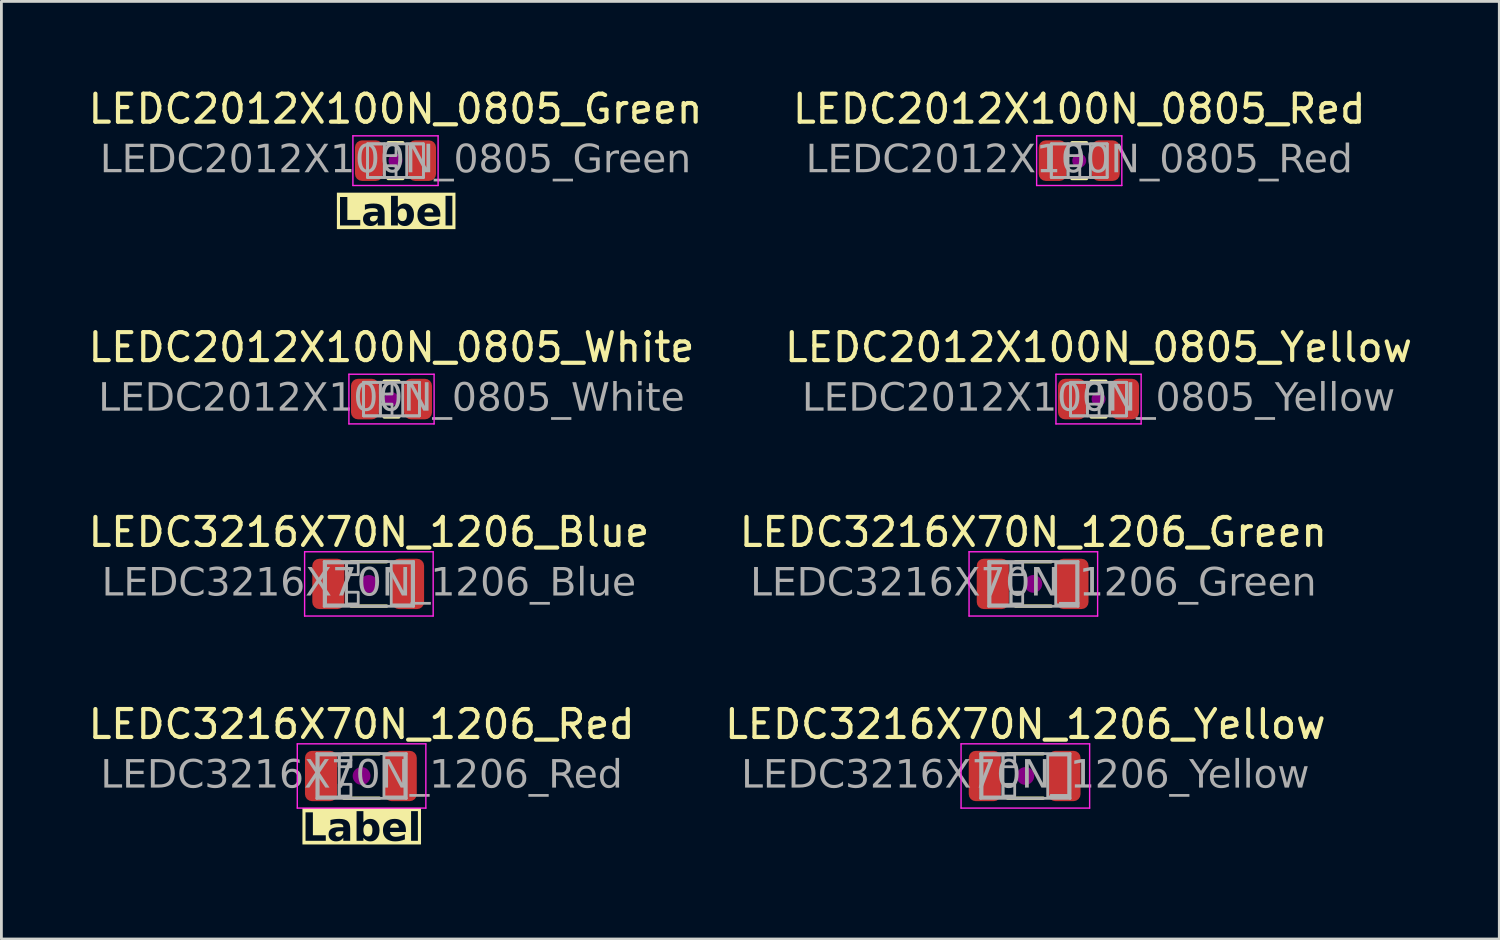
<source format=kicad_pcb>
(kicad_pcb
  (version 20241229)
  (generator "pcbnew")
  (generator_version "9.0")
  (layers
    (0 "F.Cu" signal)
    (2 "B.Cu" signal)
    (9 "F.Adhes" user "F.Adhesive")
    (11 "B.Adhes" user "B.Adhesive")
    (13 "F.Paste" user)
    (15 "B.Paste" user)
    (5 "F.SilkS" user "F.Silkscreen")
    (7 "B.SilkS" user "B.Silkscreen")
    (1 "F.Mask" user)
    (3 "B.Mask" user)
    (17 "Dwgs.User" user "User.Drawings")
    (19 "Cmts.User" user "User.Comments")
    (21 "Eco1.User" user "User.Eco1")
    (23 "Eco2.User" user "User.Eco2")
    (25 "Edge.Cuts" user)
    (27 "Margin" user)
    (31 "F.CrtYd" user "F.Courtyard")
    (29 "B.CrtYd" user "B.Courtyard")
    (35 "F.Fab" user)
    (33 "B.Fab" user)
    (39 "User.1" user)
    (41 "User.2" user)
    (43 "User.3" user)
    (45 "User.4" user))
  (footprint "LEDC2012X100N_0805_Green"
    (layer "F.Cu")
    (at 11.101 2.698)
    (property "Reference" "LEDC2012X100N_0805_Green" (at 0 -1.85 0) (layer "F.SilkS") (effects (font (size 1 1) (thickness 0.15))))
    (property "Label" "Label" (at 0.019 1.905 0) (layer "F.SilkS" knockout) (effects (font (face "Tahoma") (size 1 1) (thickness 0.2) (bold yes))))
    (attr smd)
    (fp_line (start -0.261 -0.64) (end 0.261 -0.64) (stroke (width 0.12) (type solid)) (layer "F.SilkS"))
    (fp_line (start -0.261 0.64) (end 0.261 0.64) (stroke (width 0.12) (type solid)) (layer "F.SilkS"))
    (fp_circle (center 0 0) (end 0.25 0) (stroke (width 0) (type solid)) (fill yes) (layer "F.Adhes"))
    (fp_line (start -1.524 -0.889) (end 1.524 -0.889) (stroke (width 0.05) (type solid)) (layer "F.CrtYd"))
    (fp_line (start -1.524 0.889) (end -1.524 -0.889) (stroke (width 0.05) (type solid)) (layer "F.CrtYd"))
    (fp_line (start 1.524 -0.889) (end 1.524 0.889) (stroke (width 0.05) (type solid)) (layer "F.CrtYd"))
    (fp_line (start 1.524 0.889) (end -1.524 0.889) (stroke (width 0.05) (type solid)) (layer "F.CrtYd"))
    (fp_line (start -1 -0.6) (end 1 -0.6) (stroke (width 0.1) (type solid)) (layer "F.Fab"))
    (fp_line (start -1 0.6) (end -1 -0.6) (stroke (width 0.1) (type solid)) (layer "F.Fab"))
    (fp_line (start 1 -0.6) (end 1 0.6) (stroke (width 0.1) (type solid)) (layer "F.Fab"))
    (fp_line (start 1 0.6) (end -1 0.6) (stroke (width 0.1) (type solid)) (layer "F.Fab"))
    (fp_rect (start -1 -0.6) (end -0.4 0.6) (stroke (width 0.1) (type solid)) (fill no) (layer "F.Fab"))
    (fp_rect (start -0.4 -0.6) (end 0.019 -0.181) (stroke (width 0.1) (type solid)) (fill no) (layer "F.Fab"))
    (fp_rect (start -0.4 0.181) (end 0.019 0.6) (stroke (width 0.1) (type solid)) (fill no) (layer "F.Fab"))
    (fp_rect (start 0.4 -0.6) (end 1 0.6) (stroke (width 0.1) (type solid)) (fill no) (layer "F.Fab"))
    (fp_text user "${REFERENCE}" (at 0 0 0) (layer "F.Fab") (effects (font (face "Tahoma") (size 1 1) (thickness 0.15))))
    (pad "A" smd roundrect (at 0.95 0) (size 1 1.45) (layers "F.Cu" "F.Mask" "F.Paste") (roundrect_rratio 0.25))
    (pad "C" smd roundrect (at -0.95 0) (size 1 1.45) (layers "F.Cu" "F.Mask" "F.Paste") (roundrect_rratio 0.25)))
  (footprint "LEDC2012X100N_0805_White"
    (layer "F.Cu")
    (at 10.958 11.229)
    (property "Reference" "LEDC2012X100N_0805_White" (at 0 -1.85 0) (layer "F.SilkS") (effects (font (size 1 1) (thickness 0.15))))
    (attr smd)
    (fp_line (start -0.261 -0.64) (end 0.261 -0.64) (stroke (width 0.12) (type solid)) (layer "F.SilkS"))
    (fp_line (start -0.261 0.64) (end 0.261 0.64) (stroke (width 0.12) (type solid)) (layer "F.SilkS"))
    (fp_circle (center 0 0) (end 0.25 0) (stroke (width 0) (type solid)) (fill yes) (layer "F.Adhes"))
    (fp_line (start -1.524 -0.889) (end 1.524 -0.889) (stroke (width 0.05) (type solid)) (layer "F.CrtYd"))
    (fp_line (start -1.524 0.889) (end -1.524 -0.889) (stroke (width 0.05) (type solid)) (layer "F.CrtYd"))
    (fp_line (start 1.524 -0.889) (end 1.524 0.889) (stroke (width 0.05) (type solid)) (layer "F.CrtYd"))
    (fp_line (start 1.524 0.889) (end -1.524 0.889) (stroke (width 0.05) (type solid)) (layer "F.CrtYd"))
    (fp_line (start -1 -0.6) (end 1 -0.6) (stroke (width 0.1) (type solid)) (layer "F.Fab"))
    (fp_line (start -1 0.6) (end -1 -0.6) (stroke (width 0.1) (type solid)) (layer "F.Fab"))
    (fp_line (start 1 -0.6) (end 1 0.6) (stroke (width 0.1) (type solid)) (layer "F.Fab"))
    (fp_line (start 1 0.6) (end -1 0.6) (stroke (width 0.1) (type solid)) (layer "F.Fab"))
    (fp_rect (start -1 -0.6) (end -0.4 0.6) (stroke (width 0.1) (type solid)) (fill no) (layer "F.Fab"))
    (fp_rect (start -0.4 -0.6) (end 0.019 -0.181) (stroke (width 0.1) (type solid)) (fill no) (layer "F.Fab"))
    (fp_rect (start -0.4 0.181) (end 0.019 0.6) (stroke (width 0.1) (type solid)) (fill no) (layer "F.Fab"))
    (fp_rect (start 0.4 -0.6) (end 1 0.6) (stroke (width 0.1) (type solid)) (fill no) (layer "F.Fab"))
    (fp_text user "${REFERENCE}" (at 0 0 0) (layer "F.Fab") (effects (font (face "Tahoma") (size 1 1) (thickness 0.15))))
    (pad "A" smd roundrect (at 0.95 0) (size 1 1.45) (layers "F.Cu" "F.Mask" "F.Paste") (roundrect_rratio 0.25))
    (pad "C" smd roundrect (at -0.95 0) (size 1 1.45) (layers "F.Cu" "F.Mask" "F.Paste") (roundrect_rratio 0.25)))
  (footprint "LEDC2012X100N_0805_Yellow"
    (layer "F.Cu")
    (at 36.256 11.229)
    (property "Reference" "LEDC2012X100N_0805_Yellow" (at 0 -1.85 0) (layer "F.SilkS") (effects (font (size 1 1) (thickness 0.15))))
    (attr smd)
    (fp_line (start -0.261 -0.64) (end 0.261 -0.64) (stroke (width 0.12) (type solid)) (layer "F.SilkS"))
    (fp_line (start -0.261 0.64) (end 0.261 0.64) (stroke (width 0.12) (type solid)) (layer "F.SilkS"))
    (fp_circle (center 0 0) (end 0.25 0) (stroke (width 0) (type solid)) (fill yes) (layer "F.Adhes"))
    (fp_line (start -1.524 -0.889) (end 1.524 -0.889) (stroke (width 0.05) (type solid)) (layer "F.CrtYd"))
    (fp_line (start -1.524 0.889) (end -1.524 -0.889) (stroke (width 0.05) (type solid)) (layer "F.CrtYd"))
    (fp_line (start 1.524 -0.889) (end 1.524 0.889) (stroke (width 0.05) (type solid)) (layer "F.CrtYd"))
    (fp_line (start 1.524 0.889) (end -1.524 0.889) (stroke (width 0.05) (type solid)) (layer "F.CrtYd"))
    (fp_line (start -1 -0.6) (end 1 -0.6) (stroke (width 0.1) (type solid)) (layer "F.Fab"))
    (fp_line (start -1 0.6) (end -1 -0.6) (stroke (width 0.1) (type solid)) (layer "F.Fab"))
    (fp_line (start 1 -0.6) (end 1 0.6) (stroke (width 0.1) (type solid)) (layer "F.Fab"))
    (fp_line (start 1 0.6) (end -1 0.6) (stroke (width 0.1) (type solid)) (layer "F.Fab"))
    (fp_rect (start -1 -0.6) (end -0.4 0.6) (stroke (width 0.1) (type solid)) (fill no) (layer "F.Fab"))
    (fp_rect (start -0.4 -0.6) (end 0.019 -0.181) (stroke (width 0.1) (type solid)) (fill no) (layer "F.Fab"))
    (fp_rect (start -0.4 0.181) (end 0.019 0.6) (stroke (width 0.1) (type solid)) (fill no) (layer "F.Fab"))
    (fp_rect (start 0.4 -0.6) (end 1 0.6) (stroke (width 0.1) (type solid)) (fill no) (layer "F.Fab"))
    (fp_text user "${REFERENCE}" (at 0 0 0) (layer "F.Fab") (effects (font (face "Tahoma") (size 1 1) (thickness 0.15))))
    (pad "A" smd roundrect (at 0.95 0) (size 1 1.45) (layers "F.Cu" "F.Mask" "F.Paste") (roundrect_rratio 0.25))
    (pad "C" smd roundrect (at -0.95 0) (size 1 1.45) (layers "F.Cu" "F.Mask" "F.Paste") (roundrect_rratio 0.25)))
  (footprint "LEDC3216X70N_1206_Red"
    (layer "F.Cu")
    (at 9.887 24.715)
    (property "Reference" "LEDC3216X70N_1206_Red" (at 0 -1.85 0) (layer "F.SilkS") (effects (font (size 1 1) (thickness 0.15))))
    (property "Label" "Label" (at 0 1.905 0) (layer "F.SilkS" knockout) (effects (font (face "Tahoma") (size 1 1) (thickness 0.2) (bold yes))))
    (attr smd)
    (fp_line (start -0.635 -0.794) (end 0.635 -0.794) (stroke (width 0.12) (type solid)) (layer "F.SilkS"))
    (fp_line (start -0.635 0.794) (end 0.635 0.794) (stroke (width 0.12) (type solid)) (layer "F.SilkS"))
    (fp_circle (center 0 0) (end 0.318 0) (stroke (width 0) (type solid)) (fill yes) (layer "F.Adhes"))
    (fp_line (start -2.3 -1.15) (end 2.3 -1.15) (stroke (width 0.05) (type solid)) (layer "F.CrtYd"))
    (fp_line (start -2.3 1.15) (end -2.3 -1.15) (stroke (width 0.05) (type solid)) (layer "F.CrtYd"))
    (fp_line (start 2.3 -1.15) (end 2.3 1.15) (stroke (width 0.05) (type solid)) (layer "F.CrtYd"))
    (fp_line (start 2.3 1.15) (end -2.3 1.15) (stroke (width 0.05) (type solid)) (layer "F.CrtYd"))
    (fp_line (start -1.6 -0.8) (end 1.6 -0.8) (stroke (width 0.1) (type solid)) (layer "F.Fab"))
    (fp_line (start -1.6 0.8) (end -1.6 -0.8) (stroke (width 0.1) (type solid)) (layer "F.Fab"))
    (fp_line (start 1.6 -0.8) (end 1.6 0.8) (stroke (width 0.1) (type solid)) (layer "F.Fab"))
    (fp_line (start 1.6 0.8) (end -1.6 0.8) (stroke (width 0.1) (type solid)) (layer "F.Fab"))
    (fp_rect (start -0.8 -0.75) (end -0.381 -0.331) (stroke (width 0.1) (type solid)) (fill no) (layer "F.Fab"))
    (fp_rect (start -0.8 0.298) (end -0.381 0.718) (stroke (width 0.1) (type solid)) (fill no) (layer "F.Fab"))
    (fp_rect (start -0.8 0.75) (end -1.55 -0.75) (stroke (width 0.1) (type solid)) (fill no) (layer "F.Fab"))
    (fp_rect (start 0.8 -0.75) (end 1.55 0.75) (stroke (width 0.1) (type solid)) (fill no) (layer "F.Fab"))
    (fp_text user "${REFERENCE}" (at 0 0 0) (layer "F.Fab") (effects (font (face "Tahoma") (size 1 1) (thickness 0.15))))
    (pad "A" smd roundrect (at 1.4 0) (size 1.15 1.8) (layers "F.Cu" "F.Mask" "F.Paste") (roundrect_rratio 0.217))
    (pad "C" smd roundrect (at -1.45 0) (size 1.15 1.8) (layers "F.Cu" "F.Mask" "F.Paste") (roundrect_rratio 0.217)))
  (footprint "LEDC3216X70N_1206_Green"
    (layer "F.Cu")
    (at 33.923 17.842)
    (property "Reference" "LEDC3216X70N_1206_Green" (at 0 -1.85 0) (layer "F.SilkS") (effects (font (size 1 1) (thickness 0.15))))
    (attr smd)
    (fp_line (start -0.635 -0.794) (end 0.635 -0.794) (stroke (width 0.12) (type solid)) (layer "F.SilkS"))
    (fp_line (start -0.635 0.794) (end 0.635 0.794) (stroke (width 0.12) (type solid)) (layer "F.SilkS"))
    (fp_circle (center 0 0) (end 0.318 0) (stroke (width 0) (type solid)) (fill yes) (layer "F.Adhes"))
    (fp_line (start -2.3 -1.15) (end 2.3 -1.15) (stroke (width 0.05) (type solid)) (layer "F.CrtYd"))
    (fp_line (start -2.3 1.15) (end -2.3 -1.15) (stroke (width 0.05) (type solid)) (layer "F.CrtYd"))
    (fp_line (start 2.3 -1.15) (end 2.3 1.15) (stroke (width 0.05) (type solid)) (layer "F.CrtYd"))
    (fp_line (start 2.3 1.15) (end -2.3 1.15) (stroke (width 0.05) (type solid)) (layer "F.CrtYd"))
    (fp_line (start -1.6 -0.8) (end 1.6 -0.8) (stroke (width 0.1) (type solid)) (layer "F.Fab"))
    (fp_line (start -1.6 0.8) (end -1.6 -0.8) (stroke (width 0.1) (type solid)) (layer "F.Fab"))
    (fp_line (start 1.6 -0.8) (end 1.6 0.8) (stroke (width 0.1) (type solid)) (layer "F.Fab"))
    (fp_line (start 1.6 0.8) (end -1.6 0.8) (stroke (width 0.1) (type solid)) (layer "F.Fab"))
    (fp_rect (start -0.8 -0.75) (end -0.381 -0.331) (stroke (width 0.1) (type solid)) (fill no) (layer "F.Fab"))
    (fp_rect (start -0.8 0.298) (end -0.381 0.718) (stroke (width 0.1) (type solid)) (fill no) (layer "F.Fab"))
    (fp_rect (start -0.8 0.75) (end -1.55 -0.75) (stroke (width 0.1) (type solid)) (fill no) (layer "F.Fab"))
    (fp_rect (start 0.8 -0.75) (end 1.55 0.75) (stroke (width 0.1) (type solid)) (fill no) (layer "F.Fab"))
    (fp_text user "${REFERENCE}" (at 0 0 0) (layer "F.Fab") (effects (font (face "Tahoma") (size 1 1) (thickness 0.15))))
    (pad "A" smd roundrect (at 1.4 0) (size 1.15 1.8) (layers "F.Cu" "F.Mask" "F.Paste") (roundrect_rratio 0.217))
    (pad "C" smd roundrect (at -1.45 0) (size 1.15 1.8) (layers "F.Cu" "F.Mask" "F.Paste") (roundrect_rratio 0.217)))
  (footprint "LEDC3216X70N_1206_Blue"
    (layer "F.Cu")
    (at 10.149 17.842)
    (property "Reference" "LEDC3216X70N_1206_Blue" (at 0 -1.85 0) (layer "F.SilkS") (effects (font (size 1 1) (thickness 0.15))))
    (attr smd)
    (fp_line (start -0.635 -0.794) (end 0.635 -0.794) (stroke (width 0.12) (type solid)) (layer "F.SilkS"))
    (fp_line (start -0.635 0.794) (end 0.635 0.794) (stroke (width 0.12) (type solid)) (layer "F.SilkS"))
    (fp_circle (center 0 0) (end 0.318 0) (stroke (width 0) (type solid)) (fill yes) (layer "F.Adhes"))
    (fp_line (start -2.3 -1.15) (end 2.3 -1.15) (stroke (width 0.05) (type solid)) (layer "F.CrtYd"))
    (fp_line (start -2.3 1.15) (end -2.3 -1.15) (stroke (width 0.05) (type solid)) (layer "F.CrtYd"))
    (fp_line (start 2.3 -1.15) (end 2.3 1.15) (stroke (width 0.05) (type solid)) (layer "F.CrtYd"))
    (fp_line (start 2.3 1.15) (end -2.3 1.15) (stroke (width 0.05) (type solid)) (layer "F.CrtYd"))
    (fp_line (start -1.6 -0.8) (end 1.6 -0.8) (stroke (width 0.1) (type solid)) (layer "F.Fab"))
    (fp_line (start -1.6 0.8) (end -1.6 -0.8) (stroke (width 0.1) (type solid)) (layer "F.Fab"))
    (fp_line (start 1.6 -0.8) (end 1.6 0.8) (stroke (width 0.1) (type solid)) (layer "F.Fab"))
    (fp_line (start 1.6 0.8) (end -1.6 0.8) (stroke (width 0.1) (type solid)) (layer "F.Fab"))
    (fp_rect (start -0.8 -0.75) (end -0.381 -0.331) (stroke (width 0.1) (type solid)) (fill no) (layer "F.Fab"))
    (fp_rect (start -0.8 0.298) (end -0.381 0.718) (stroke (width 0.1) (type solid)) (fill no) (layer "F.Fab"))
    (fp_rect (start -0.8 0.75) (end -1.55 -0.75) (stroke (width 0.1) (type solid)) (fill no) (layer "F.Fab"))
    (fp_rect (start 0.8 -0.75) (end 1.55 0.75) (stroke (width 0.1) (type solid)) (fill no) (layer "F.Fab"))
    (fp_text user "${REFERENCE}" (at 0 0 0) (layer "F.Fab") (effects (font (face "Tahoma") (size 1 1) (thickness 0.15))))
    (pad "A" smd roundrect (at 1.4 0) (size 1.15 1.8) (layers "F.Cu" "F.Mask" "F.Paste") (roundrect_rratio 0.217))
    (pad "C" smd roundrect (at -1.45 0) (size 1.15 1.8) (layers "F.Cu" "F.Mask" "F.Paste") (roundrect_rratio 0.217)))
  (footprint "LEDC2012X100N_0805_Red"
    (layer "F.Cu")
    (at 35.565 2.698)
    (property "Reference" "LEDC2012X100N_0805_Red" (at 0 -1.85 0) (layer "F.SilkS") (effects (font (size 1 1) (thickness 0.15))))
    (attr smd)
    (fp_line (start -0.261 -0.64) (end 0.261 -0.64) (stroke (width 0.12) (type solid)) (layer "F.SilkS"))
    (fp_line (start -0.261 0.64) (end 0.261 0.64) (stroke (width 0.12) (type solid)) (layer "F.SilkS"))
    (fp_circle (center 0 0) (end 0.25 0) (stroke (width 0) (type solid)) (fill yes) (layer "F.Adhes"))
    (fp_line (start -1.524 -0.889) (end 1.524 -0.889) (stroke (width 0.05) (type solid)) (layer "F.CrtYd"))
    (fp_line (start -1.524 0.889) (end -1.524 -0.889) (stroke (width 0.05) (type solid)) (layer "F.CrtYd"))
    (fp_line (start 1.524 -0.889) (end 1.524 0.889) (stroke (width 0.05) (type solid)) (layer "F.CrtYd"))
    (fp_line (start 1.524 0.889) (end -1.524 0.889) (stroke (width 0.05) (type solid)) (layer "F.CrtYd"))
    (fp_line (start -1 -0.6) (end 1 -0.6) (stroke (width 0.1) (type solid)) (layer "F.Fab"))
    (fp_line (start -1 0.6) (end -1 -0.6) (stroke (width 0.1) (type solid)) (layer "F.Fab"))
    (fp_line (start 1 -0.6) (end 1 0.6) (stroke (width 0.1) (type solid)) (layer "F.Fab"))
    (fp_line (start 1 0.6) (end -1 0.6) (stroke (width 0.1) (type solid)) (layer "F.Fab"))
    (fp_rect (start -1 -0.6) (end -0.4 0.6) (stroke (width 0.1) (type solid)) (fill no) (layer "F.Fab"))
    (fp_rect (start -0.4 -0.6) (end 0.019 -0.181) (stroke (width 0.1) (type solid)) (fill no) (layer "F.Fab"))
    (fp_rect (start -0.4 0.181) (end 0.019 0.6) (stroke (width 0.1) (type solid)) (fill no) (layer "F.Fab"))
    (fp_rect (start 0.4 -0.6) (end 1 0.6) (stroke (width 0.1) (type solid)) (fill no) (layer "F.Fab"))
    (fp_text user "${REFERENCE}" (at 0 0 0) (layer "F.Fab") (effects (font (face "Tahoma") (size 1 1) (thickness 0.15))))
    (pad "A" smd roundrect (at 0.95 0) (size 1 1.45) (layers "F.Cu" "F.Mask" "F.Paste") (roundrect_rratio 0.25))
    (pad "C" smd roundrect (at -0.95 0) (size 1 1.45) (layers "F.Cu" "F.Mask" "F.Paste") (roundrect_rratio 0.25)))
  (footprint "LEDC3216X70N_1206_Yellow"
    (layer "F.Cu")
    (at 33.637 24.715)
    (property "Reference" "LEDC3216X70N_1206_Yellow" (at 0 -1.85 0) (layer "F.SilkS") (effects (font (size 1 1) (thickness 0.15))))
    (attr smd)
    (fp_line (start -0.635 -0.794) (end 0.635 -0.794) (stroke (width 0.12) (type solid)) (layer "F.SilkS"))
    (fp_line (start -0.635 0.794) (end 0.635 0.794) (stroke (width 0.12) (type solid)) (layer "F.SilkS"))
    (fp_circle (center 0 0) (end 0.318 0) (stroke (width 0) (type solid)) (fill yes) (layer "F.Adhes"))
    (fp_line (start -2.3 -1.15) (end 2.3 -1.15) (stroke (width 0.05) (type solid)) (layer "F.CrtYd"))
    (fp_line (start -2.3 1.15) (end -2.3 -1.15) (stroke (width 0.05) (type solid)) (layer "F.CrtYd"))
    (fp_line (start 2.3 -1.15) (end 2.3 1.15) (stroke (width 0.05) (type solid)) (layer "F.CrtYd"))
    (fp_line (start 2.3 1.15) (end -2.3 1.15) (stroke (width 0.05) (type solid)) (layer "F.CrtYd"))
    (fp_line (start -1.6 -0.8) (end 1.6 -0.8) (stroke (width 0.1) (type solid)) (layer "F.Fab"))
    (fp_line (start -1.6 0.8) (end -1.6 -0.8) (stroke (width 0.1) (type solid)) (layer "F.Fab"))
    (fp_line (start 1.6 -0.8) (end 1.6 0.8) (stroke (width 0.1) (type solid)) (layer "F.Fab"))
    (fp_line (start 1.6 0.8) (end -1.6 0.8) (stroke (width 0.1) (type solid)) (layer "F.Fab"))
    (fp_rect (start -0.8 -0.75) (end -0.381 -0.331) (stroke (width 0.1) (type solid)) (fill no) (layer "F.Fab"))
    (fp_rect (start -0.8 0.298) (end -0.381 0.718) (stroke (width 0.1) (type solid)) (fill no) (layer "F.Fab"))
    (fp_rect (start -0.8 0.75) (end -1.55 -0.75) (stroke (width 0.1) (type solid)) (fill no) (layer "F.Fab"))
    (fp_rect (start 0.8 -0.75) (end 1.55 0.75) (stroke (width 0.1) (type solid)) (fill no) (layer "F.Fab"))
    (fp_text user "${REFERENCE}" (at 0 0 0) (layer "F.Fab") (effects (font (face "Tahoma") (size 1 1) (thickness 0.15))))
    (pad "A" smd roundrect (at 1.4 0) (size 1.15 1.8) (layers "F.Cu" "F.Mask" "F.Paste") (roundrect_rratio 0.217))
    (pad "C" smd roundrect (at -1.45 0) (size 1.15 1.8) (layers "F.Cu" "F.Mask" "F.Paste") (roundrect_rratio 0.217)))
  (gr_rect
    (start -3 -3)
    (end 50.595 30.548)
    (stroke (width 0.1) (type default))
    (fill no)
    (layer "Edge.Cuts")))
</source>
